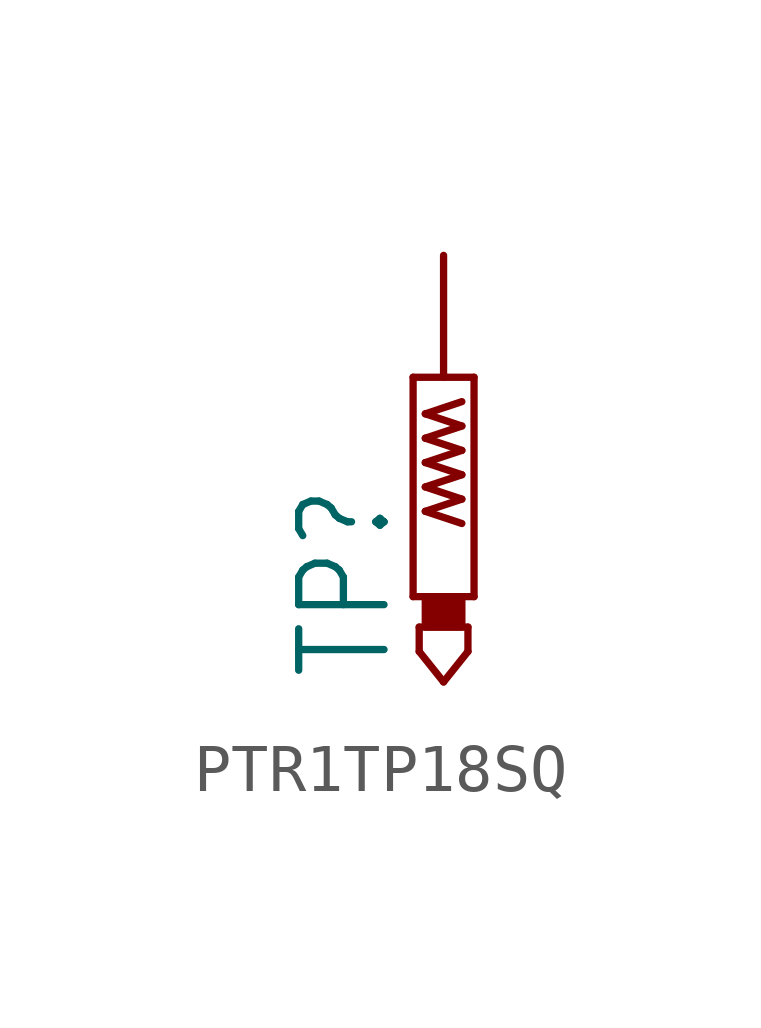
<source format=kicad_sym>
(kicad_symbol_lib
  (version 20231120)
  (generator "kicad_symbol_editor")
  (generator_version "8.0")
  (symbol "PTR1TP18SQ"
    (property "Reference" "TP"
      (at -1.016 -6.35 90)
      (effects (font (size 1.778 1.511)) (justify left bottom)))
    (property "ki_locked" ""
      (at 0 0 0)
      (effects (font (size 1.27 1.27))))
    (symbol "PTR1TP18SQ_1_0"
      (rectangle (start -0.381 -5.207) (end 0.381 -4.572) (stroke (width 0) (type default)) (fill (type outline)))
      (polyline (pts (xy -0.635 0) (xy -0.635 -4.572)) (stroke (width 0.152) (type solid)) (fill (type none)))
      (polyline (pts (xy -0.508 -5.715) (xy 0 -6.35)) (stroke (width 0.152) (type solid)) (fill (type none)))
      (polyline (pts (xy -0.508 -5.207) (xy -0.508 -5.715)) (stroke (width 0.152) (type solid)) (fill (type none)))
      (polyline (pts (xy -0.381 -2.794) (xy 0.381 -2.54)) (stroke (width 0.152) (type solid)) (fill (type none)))
      (polyline (pts (xy -0.381 -2.286) (xy 0.381 -2.032)) (stroke (width 0.152) (type solid)) (fill (type none)))
      (polyline (pts (xy -0.381 -1.778) (xy 0.381 -1.524)) (stroke (width 0.152) (type solid)) (fill (type none)))
      (polyline (pts (xy -0.381 -1.27) (xy 0.381 -1.016)) (stroke (width 0.152) (type solid)) (fill (type none)))
      (polyline (pts (xy -0.381 -0.762) (xy 0.381 -0.508)) (stroke (width 0.152) (type solid)) (fill (type none)))
      (polyline (pts (xy 0 -6.35) (xy 0.508 -5.715)) (stroke (width 0.152) (type solid)) (fill (type none)))
      (polyline (pts (xy 0.381 -3.048) (xy -0.381 -2.794)) (stroke (width 0.152) (type solid)) (fill (type none)))
      (polyline (pts (xy 0.381 -2.54) (xy -0.381 -2.286)) (stroke (width 0.152) (type solid)) (fill (type none)))
      (polyline (pts (xy 0.381 -2.032) (xy -0.381 -1.778)) (stroke (width 0.152) (type solid)) (fill (type none)))
      (polyline (pts (xy 0.381 -1.524) (xy -0.381 -1.27)) (stroke (width 0.152) (type solid)) (fill (type none)))
      (polyline (pts (xy 0.381 -1.016) (xy -0.381 -0.762)) (stroke (width 0.152) (type solid)) (fill (type none)))
      (polyline (pts (xy 0.508 -5.715) (xy 0.508 -5.207)) (stroke (width 0.152) (type solid)) (fill (type none)))
      (polyline (pts (xy 0.508 -5.207) (xy -0.508 -5.207)) (stroke (width 0.152) (type solid)) (fill (type none)))
      (polyline (pts (xy 0.635 -4.572) (xy -0.635 -4.572)) (stroke (width 0.152) (type solid)) (fill (type none)))
      (polyline (pts (xy 0.635 -4.572) (xy 0.635 0)) (stroke (width 0.152) (type solid)) (fill (type none)))
      (polyline (pts (xy 0.635 0) (xy -0.635 0)) (stroke (width 0.152) (type solid)) (fill (type none)))
      (pin input line (at 0 2.54 270) (length 2.54) (name "TP" (effects (font (size 0 0)))) (number "TP" (effects (font (size 0 0))))))))
</source>
